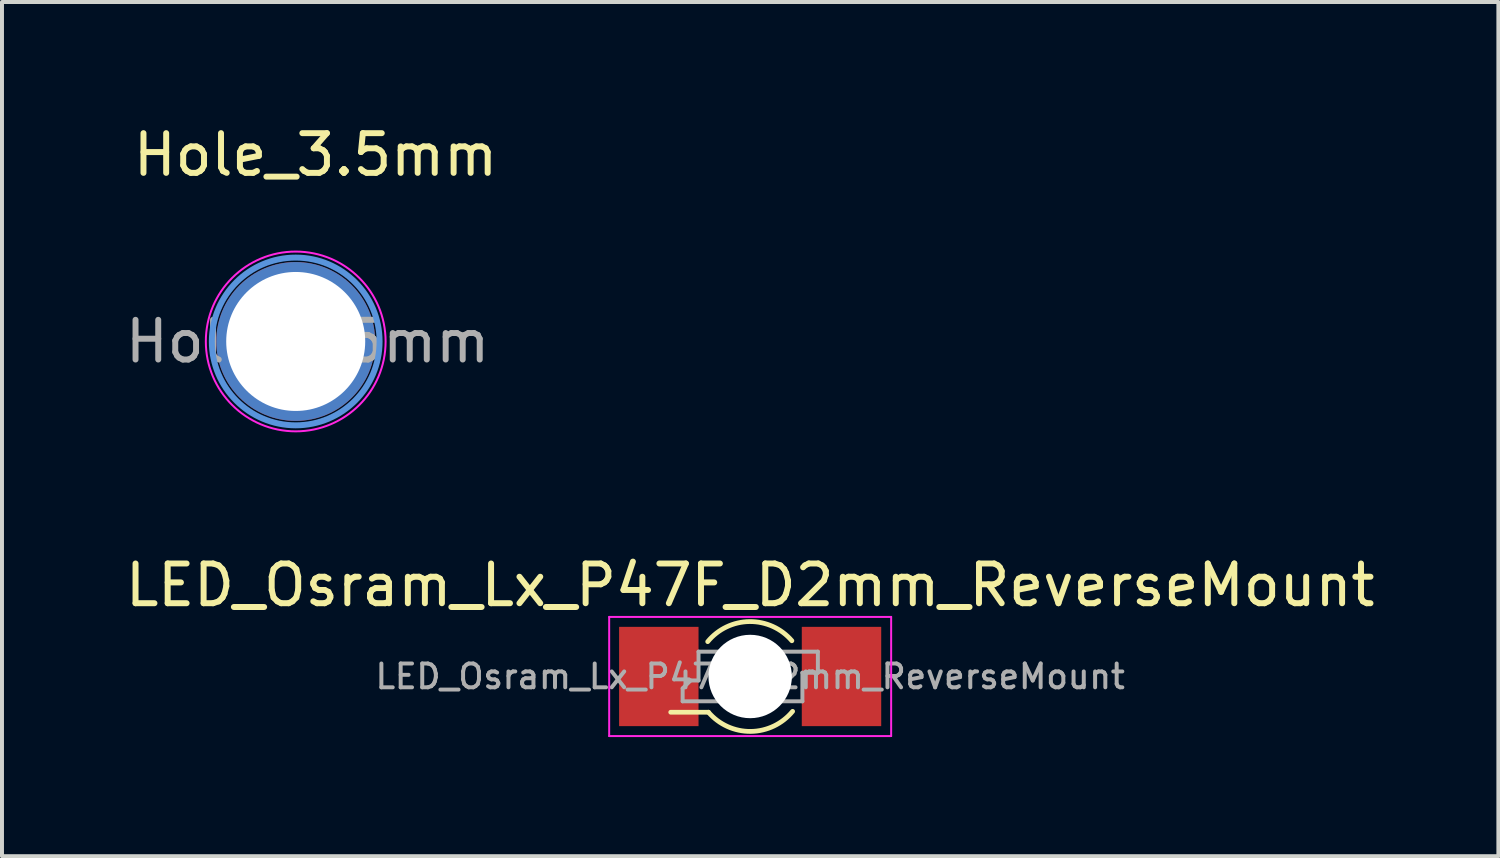
<source format=kicad_pcb>
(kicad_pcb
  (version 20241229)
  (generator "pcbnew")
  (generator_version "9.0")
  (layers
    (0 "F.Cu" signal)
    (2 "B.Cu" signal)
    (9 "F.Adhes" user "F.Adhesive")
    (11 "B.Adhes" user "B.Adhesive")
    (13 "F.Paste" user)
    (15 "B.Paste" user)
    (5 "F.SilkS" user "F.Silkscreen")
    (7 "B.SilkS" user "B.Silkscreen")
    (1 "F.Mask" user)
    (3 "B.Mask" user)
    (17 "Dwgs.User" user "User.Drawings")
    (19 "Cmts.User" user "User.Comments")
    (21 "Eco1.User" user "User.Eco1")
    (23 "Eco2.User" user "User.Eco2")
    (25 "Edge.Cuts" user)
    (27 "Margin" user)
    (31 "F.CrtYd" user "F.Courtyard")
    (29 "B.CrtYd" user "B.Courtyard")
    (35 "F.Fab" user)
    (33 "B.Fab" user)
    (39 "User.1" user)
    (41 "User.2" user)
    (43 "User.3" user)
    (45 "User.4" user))
  (footprint "LED_Osram_Lx_P47F_D2mm_ReverseMount"
    (layer "F.Cu")
    (at 15.839 13.984)
    (property "Reference" "LED_Osram_Lx_P47F_D2mm_ReverseMount" (at 0 -2.3 0) (layer "F.SilkS") (effects (font (size 1 1) (thickness 0.15))))
    (attr smd)
    (fp_line (start -2 0.9) (end -1.05 0.9) (stroke (width 0.12) (type solid)) (layer "F.SilkS"))
    (fp_arc (start -1.068658 -0.877765) (mid -0.014513 -1.382856) (end 1.05 -0.9) (stroke (width 0.12) (type solid)) (layer "F.SilkS"))
    (fp_arc (start 1.068658 0.877765) (mid 0.014513 1.382856) (end -1.05 0.9) (stroke (width 0.12) (type solid)) (layer "F.SilkS"))
    (fp_line (start -3.55 -1.5) (end 3.55 -1.5) (stroke (width 0.05) (type solid)) (layer "F.CrtYd"))
    (fp_line (start -3.55 1.5) (end -3.55 -1.5) (stroke (width 0.05) (type solid)) (layer "F.CrtYd"))
    (fp_line (start 3.55 -1.5) (end 3.55 1.5) (stroke (width 0.05) (type solid)) (layer "F.CrtYd"))
    (fp_line (start 3.55 1.5) (end -3.55 1.5) (stroke (width 0.05) (type solid)) (layer "F.CrtYd"))
    (fp_line (start -1.7 0.3) (end -1.7 0.625) (stroke (width 0.1) (type solid)) (layer "F.Fab"))
    (fp_line (start -1.7 0.3) (end -1.5 0.1) (stroke (width 0.1) (type solid)) (layer "F.Fab"))
    (fp_line (start -1.5 0.1) (end -1.3 0.1) (stroke (width 0.1) (type solid)) (layer "F.Fab"))
    (fp_line (start -1.3 -0.625) (end -0.715 -0.625) (stroke (width 0.1) (type solid)) (layer "F.Fab"))
    (fp_line (start -1.3 0.1) (end -1.3 -0.625) (stroke (width 0.1) (type solid)) (layer "F.Fab"))
    (fp_line (start -0.715 0.625) (end -1.7 0.625) (stroke (width 0.1) (type solid)) (layer "F.Fab"))
    (fp_line (start 0.715 -0.625) (end 1.705 -0.625) (stroke (width 0.1) (type solid)) (layer "F.Fab"))
    (fp_line (start 0.715 0.625) (end 1.315 0.625) (stroke (width 0.1) (type solid)) (layer "F.Fab"))
    (fp_line (start 1.315 -0.095) (end 1.315 0.625) (stroke (width 0.1) (type solid)) (layer "F.Fab"))
    (fp_line (start 1.705 -0.625) (end 1.705 -0.095) (stroke (width 0.1) (type solid)) (layer "F.Fab"))
    (fp_line (start 1.705 -0.095) (end 1.315 -0.095) (stroke (width 0.1) (type solid)) (layer "F.Fab"))
    (fp_arc (start -0.714073 -0.626059) (mid 0.000704 -0.949658) (end 0.715 -0.625) (stroke (width 0.1) (type solid)) (layer "F.Fab"))
    (fp_arc (start 0.714073 0.626059) (mid -0.000704 0.949658) (end -0.715 0.625) (stroke (width 0.1) (type solid)) (layer "F.Fab"))
    (fp_text user "${REFERENCE}" (at 0 0 0) (layer "F.Fab") (effects (font (size 0.6 0.6) (thickness 0.1))))
    (pad "" smd rect (at -1.55 0.375) (size 0.5 0.7) (layers "F.Mask" "F.Paste"))
    (pad "" np_thru_hole circle (at 0 0) (size 2.1 2.1) (drill 2.1) (layers "*.Cu" "*.Mask"))
    (pad "" smd rect (at 1.55 -0.375) (size 0.5 0.7) (layers "F.Mask" "F.Paste"))
    (pad "1" smd rect (at -2.3 0) (size 2 2.5) (layers "F.Cu"))
    (pad "2" smd rect (at 2.3 0) (size 2 2.5) (layers "F.Cu")))
  (footprint "Hole_3.5mm"
    (layer "F.Cu")
    (at 4.396 5.548)
    (property "Reference" "Hole_3.5mm" (at 0.5 -4.7 0) (layer "F.SilkS") (effects (font (size 1 1) (thickness 0.15))))
    (attr exclude_from_pos_files exclude_from_bom)
    (fp_circle (center 0 0) (end 2.108 0.127) (stroke (width 0.15) (type solid)) (fill no) (layer "Cmts.User"))
    (fp_circle (center 0 0) (end 2.261 0.102) (stroke (width 0.05) (type solid)) (fill no) (layer "F.CrtYd"))
    (fp_text user "${REFERENCE}" (at 0.3 0 0) (layer "F.Fab") (effects (font (size 1 1) (thickness 0.15))))
    (pad "3" thru_hole circle (at 0 0) (size 4 4) (drill 3.5) (layers "*.Cu" "*.Mask")))
  (gr_rect
    (start -3 -3)
    (end 34.679 18.509)
    (stroke (width 0.1) (type default))
    (fill no)
    (layer "Edge.Cuts")))
</source>
